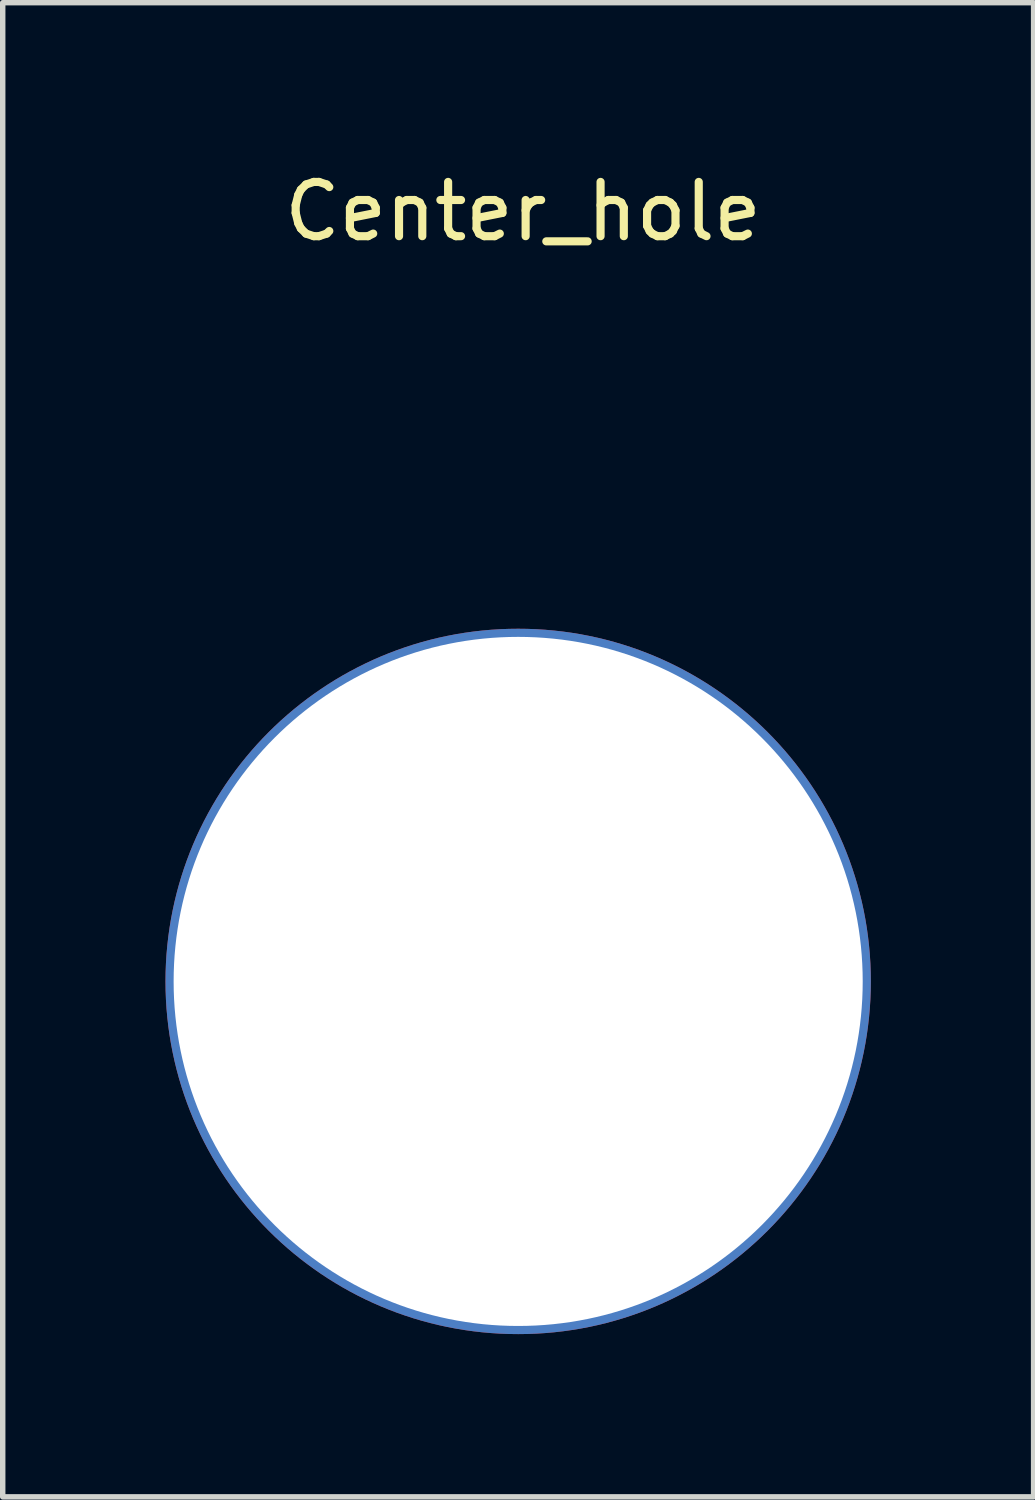
<source format=kicad_pcb>
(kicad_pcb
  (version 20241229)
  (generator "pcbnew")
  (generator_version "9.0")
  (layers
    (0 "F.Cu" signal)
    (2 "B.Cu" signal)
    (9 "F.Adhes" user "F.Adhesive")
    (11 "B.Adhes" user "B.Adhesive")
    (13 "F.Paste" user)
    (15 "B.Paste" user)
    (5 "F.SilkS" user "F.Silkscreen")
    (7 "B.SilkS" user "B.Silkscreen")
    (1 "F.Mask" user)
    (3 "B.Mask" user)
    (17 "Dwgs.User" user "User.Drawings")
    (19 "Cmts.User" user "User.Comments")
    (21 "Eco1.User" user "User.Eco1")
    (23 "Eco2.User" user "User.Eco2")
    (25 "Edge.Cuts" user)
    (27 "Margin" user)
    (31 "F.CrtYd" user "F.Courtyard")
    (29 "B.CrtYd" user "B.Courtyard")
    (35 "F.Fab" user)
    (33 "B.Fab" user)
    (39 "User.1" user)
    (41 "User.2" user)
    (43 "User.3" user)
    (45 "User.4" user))
  (footprint "Center_hole"
    (layer "F.Cu")
    (at 6.5 15.038)
    (property "Reference" "Center_hole" (at 0.09 -14.19 0) (layer "F.SilkS") (effects (font (size 1 1) (thickness 0.15))))
    (attr through_hole)
    (pad "1" thru_hole circle (at 0 0) (size 13 13) (drill 12.7) (layers "*.Cu" "*.Mask")))
  (gr_rect
    (start -3 -3)
    (end 16 24.538)
    (stroke (width 0.1) (type default))
    (fill no)
    (layer "Edge.Cuts")))
</source>
